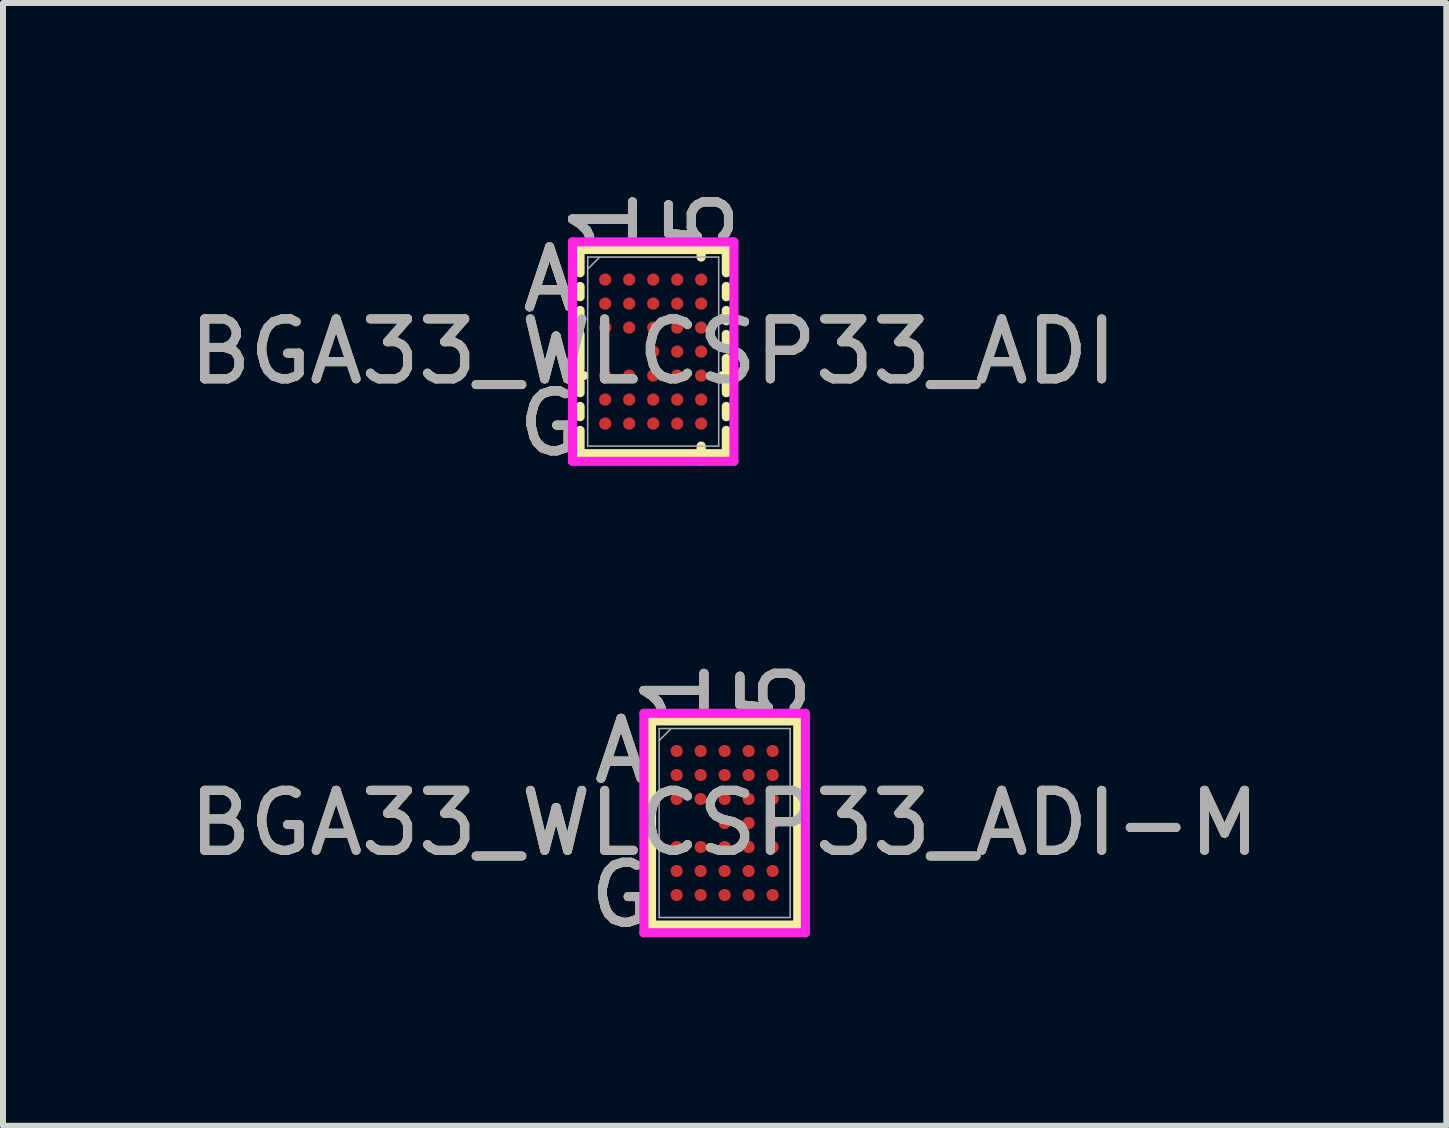
<source format=kicad_pcb>
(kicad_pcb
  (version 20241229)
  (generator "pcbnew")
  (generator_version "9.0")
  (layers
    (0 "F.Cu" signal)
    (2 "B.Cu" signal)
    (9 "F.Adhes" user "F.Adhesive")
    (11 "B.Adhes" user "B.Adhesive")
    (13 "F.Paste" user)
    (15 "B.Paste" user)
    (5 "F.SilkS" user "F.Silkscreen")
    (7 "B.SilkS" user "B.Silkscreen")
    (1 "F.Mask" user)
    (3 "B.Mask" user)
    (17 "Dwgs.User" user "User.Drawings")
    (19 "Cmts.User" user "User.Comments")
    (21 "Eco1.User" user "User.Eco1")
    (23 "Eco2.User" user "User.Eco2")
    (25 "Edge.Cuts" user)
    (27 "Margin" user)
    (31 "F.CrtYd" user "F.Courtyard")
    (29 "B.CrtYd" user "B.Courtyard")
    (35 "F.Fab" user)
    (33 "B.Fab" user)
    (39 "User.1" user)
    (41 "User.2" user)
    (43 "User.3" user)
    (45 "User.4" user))
  (footprint "BGA33_WLCSP33_ADI-M"
    (layer "F.Cu")
    (at 9.03 10.67)
    (property "Reference" "BGA33_WLCSP33_ADI-M" (at 0 0 0) (unlocked yes) (layer "F.SilkS") (effects (font (size 1 1) (thickness 0.15))))
    (attr smd)
    (fp_line (start -1.219 -1.702) (end -1.219 1.702) (stroke (width 0.152) (type solid)) (layer "F.SilkS"))
    (fp_line (start -1.219 1.702) (end 1.219 1.702) (stroke (width 0.152) (type solid)) (layer "F.SilkS"))
    (fp_line (start 1.219 -1.702) (end -1.219 -1.702) (stroke (width 0.152) (type solid)) (layer "F.SilkS"))
    (fp_line (start 1.219 1.702) (end 1.219 -1.702) (stroke (width 0.152) (type solid)) (layer "F.SilkS"))
    (fp_poly (pts (xy -1.444 -1.845) (xy 1.444 -1.845) (xy 1.444 1.845) (xy -1.444 1.845)) (stroke (width 0.1) (type solid)) (fill no) (layer "Eco2.User"))
    (fp_line (start -1.346 -1.829) (end 1.346 -1.829) (stroke (width 0.152) (type solid)) (layer "F.CrtYd"))
    (fp_line (start -1.346 1.829) (end -1.346 -1.829) (stroke (width 0.152) (type solid)) (layer "F.CrtYd"))
    (fp_line (start 1.346 -1.829) (end 1.346 1.829) (stroke (width 0.152) (type solid)) (layer "F.CrtYd"))
    (fp_line (start 1.346 1.829) (end -1.346 1.829) (stroke (width 0.152) (type solid)) (layer "F.CrtYd"))
    (fp_line (start -1.092 -1.575) (end -1.092 1.575) (stroke (width 0.025) (type solid)) (layer "F.Fab"))
    (fp_line (start -1.092 1.575) (end 1.092 1.575) (stroke (width 0.025) (type solid)) (layer "F.Fab"))
    (fp_line (start -0.892 -1.575) (end -1.092 -1.375) (stroke (width 0.025) (type solid)) (layer "F.Fab"))
    (fp_line (start 1.092 -1.575) (end -1.092 -1.575) (stroke (width 0.025) (type solid)) (layer "F.Fab"))
    (fp_line (start 1.092 1.575) (end 1.092 -1.575) (stroke (width 0.025) (type solid)) (layer "F.Fab"))
    (fp_text user "G" (at -1.727 1.2 0) (unlocked yes) (layer "F.SilkS") (effects (font (size 1 1) (thickness 0.15))))
    (fp_text user "1" (at -0.8 -2.21 90) (unlocked yes) (layer "F.SilkS") (effects (font (size 1 1) (thickness 0.15))))
    (fp_text user "5" (at 0.8 -2.21 90) (unlocked yes) (layer "F.SilkS") (effects (font (size 1 1) (thickness 0.15))))
    (fp_text user "A" (at -1.727 -1.2 0) (unlocked yes) (layer "F.SilkS") (effects (font (size 1 1) (thickness 0.15))))
    (fp_text user "5" (at 0.8 -2.21 90) (unlocked yes) (layer "B.SilkS") (effects (font (size 1 1) (thickness 0.15))))
    (fp_text user "G" (at -1.727 1.2 0) (unlocked yes) (layer "B.SilkS") (effects (font (size 1 1) (thickness 0.15))))
    (fp_text user "A" (at -1.727 -1.2 0) (unlocked yes) (layer "B.SilkS") (effects (font (size 1 1) (thickness 0.15))))
    (fp_text user "1" (at -0.8 -2.21 90) (unlocked yes) (layer "B.SilkS") (effects (font (size 1 1) (thickness 0.15))))
    (fp_text user "${REFERENCE}" (at 0 0 0) (unlocked yes) (layer "F.Fab") (effects (font (size 1 1) (thickness 0.15))))
    (fp_text user "1" (at -0.8 -2.21 90) (unlocked yes) (layer "F.Fab") (effects (font (size 1 1) (thickness 0.15))))
    (fp_text user "5" (at 0.8 -2.21 90) (unlocked yes) (layer "F.Fab") (effects (font (size 1 1) (thickness 0.15))))
    (fp_text user "G" (at -1.727 1.2 0) (unlocked yes) (layer "F.Fab") (effects (font (size 1 1) (thickness 0.15))))
    (fp_text user "A" (at -1.727 -1.2 0) (unlocked yes) (layer "F.Fab") (effects (font (size 1 1) (thickness 0.15))))
    (pad "A1" smd circle (at -0.8 -1.2) (size 0.203 0.203) (layers "F.Cu" "F.Mask" "F.Paste"))
    (pad "A2" smd circle (at -0.4 -1.2) (size 0.203 0.203) (layers "F.Cu" "F.Mask" "F.Paste"))
    (pad "A3" smd circle (at 0 -1.2) (size 0.203 0.203) (layers "F.Cu" "F.Mask" "F.Paste"))
    (pad "A4" smd circle (at 0.4 -1.2) (size 0.203 0.203) (layers "F.Cu" "F.Mask" "F.Paste"))
    (pad "A5" smd circle (at 0.8 -1.2) (size 0.203 0.203) (layers "F.Cu" "F.Mask" "F.Paste"))
    (pad "B1" smd circle (at -0.8 -0.8) (size 0.203 0.203) (layers "F.Cu" "F.Mask" "F.Paste"))
    (pad "B2" smd circle (at -0.4 -0.8) (size 0.203 0.203) (layers "F.Cu" "F.Mask" "F.Paste"))
    (pad "B3" smd circle (at 0 -0.8) (size 0.203 0.203) (layers "F.Cu" "F.Mask" "F.Paste"))
    (pad "B4" smd circle (at 0.4 -0.8) (size 0.203 0.203) (layers "F.Cu" "F.Mask" "F.Paste"))
    (pad "B5" smd circle (at 0.8 -0.8) (size 0.203 0.203) (layers "F.Cu" "F.Mask" "F.Paste"))
    (pad "C1" smd circle (at -0.8 -0.4) (size 0.203 0.203) (layers "F.Cu" "F.Mask" "F.Paste"))
    (pad "C2" smd circle (at -0.4 -0.4) (size 0.203 0.203) (layers "F.Cu" "F.Mask" "F.Paste"))
    (pad "C3" smd circle (at 0 -0.4) (size 0.203 0.203) (layers "F.Cu" "F.Mask" "F.Paste"))
    (pad "C4" smd circle (at 0.4 -0.4) (size 0.203 0.203) (layers "F.Cu" "F.Mask" "F.Paste"))
    (pad "C5" smd circle (at 0.8 -0.4) (size 0.203 0.203) (layers "F.Cu" "F.Mask" "F.Paste"))
    (pad "D3" smd circle (at 0 0) (size 0.203 0.203) (layers "F.Cu" "F.Mask" "F.Paste"))
    (pad "D4" smd circle (at 0.4 0) (size 0.203 0.203) (layers "F.Cu" "F.Mask" "F.Paste"))
    (pad "D5" smd circle (at 0.8 0) (size 0.203 0.203) (layers "F.Cu" "F.Mask" "F.Paste"))
    (pad "E1" smd circle (at -0.8 0.4) (size 0.203 0.203) (layers "F.Cu" "F.Mask" "F.Paste"))
    (pad "E2" smd circle (at -0.4 0.4) (size 0.203 0.203) (layers "F.Cu" "F.Mask" "F.Paste"))
    (pad "E3" smd circle (at 0 0.4) (size 0.203 0.203) (layers "F.Cu" "F.Mask" "F.Paste"))
    (pad "E4" smd circle (at 0.4 0.4) (size 0.203 0.203) (layers "F.Cu" "F.Mask" "F.Paste"))
    (pad "E5" smd circle (at 0.8 0.4) (size 0.203 0.203) (layers "F.Cu" "F.Mask" "F.Paste"))
    (pad "F1" smd circle (at -0.8 0.8) (size 0.203 0.203) (layers "F.Cu" "F.Mask" "F.Paste"))
    (pad "F2" smd circle (at -0.4 0.8) (size 0.203 0.203) (layers "F.Cu" "F.Mask" "F.Paste"))
    (pad "F3" smd circle (at 0 0.8) (size 0.203 0.203) (layers "F.Cu" "F.Mask" "F.Paste"))
    (pad "F4" smd circle (at 0.4 0.8) (size 0.203 0.203) (layers "F.Cu" "F.Mask" "F.Paste"))
    (pad "F5" smd circle (at 0.8 0.8) (size 0.203 0.203) (layers "F.Cu" "F.Mask" "F.Paste"))
    (pad "G1" smd circle (at -0.8 1.2) (size 0.203 0.203) (layers "F.Cu" "F.Mask" "F.Paste"))
    (pad "G2" smd circle (at -0.4 1.2) (size 0.203 0.203) (layers "F.Cu" "F.Mask" "F.Paste"))
    (pad "G3" smd circle (at 0 1.2) (size 0.203 0.203) (layers "F.Cu" "F.Mask" "F.Paste"))
    (pad "G4" smd circle (at 0.4 1.2) (size 0.203 0.203) (layers "F.Cu" "F.Mask" "F.Paste"))
    (pad "G5" smd circle (at 0.8 1.2) (size 0.203 0.203) (layers "F.Cu" "F.Mask" "F.Paste")))
  (footprint "BGA33_WLCSP33_ADI"
    (layer "F.Cu")
    (at 7.839 2.811)
    (property "Reference" "BGA33_WLCSP33_ADI" (at 0 0 0) (unlocked yes) (layer "F.SilkS") (effects (font (size 1 1) (thickness 0.15))))
    (attr smd)
    (fp_line (start -1.219 -1.702) (end -1.219 -1.314) (stroke (width 0.152) (type solid)) (layer "F.SilkS"))
    (fp_line (start -1.219 -1.086) (end -1.219 -0.914) (stroke (width 0.152) (type solid)) (layer "F.SilkS"))
    (fp_line (start -1.219 -0.686) (end -1.219 -0.514) (stroke (width 0.152) (type solid)) (layer "F.SilkS"))
    (fp_line (start -1.219 -0.286) (end -1.219 0.286) (stroke (width 0.152) (type solid)) (layer "F.SilkS"))
    (fp_line (start -1.219 0.514) (end -1.219 0.686) (stroke (width 0.152) (type solid)) (layer "F.SilkS"))
    (fp_line (start -1.219 0.914) (end -1.219 1.086) (stroke (width 0.152) (type solid)) (layer "F.SilkS"))
    (fp_line (start -1.219 1.314) (end -1.219 1.702) (stroke (width 0.152) (type solid)) (layer "F.SilkS"))
    (fp_line (start -1.219 1.702) (end 1.219 1.702) (stroke (width 0.152) (type solid)) (layer "F.SilkS"))
    (fp_line (start -1.158 0.4) (end -1.346 0.4) (stroke (width 0.152) (type solid)) (layer "F.SilkS"))
    (fp_line (start 0.8 -1.575) (end 0.8 -1.829) (stroke (width 0.152) (type solid)) (layer "F.SilkS"))
    (fp_line (start 0.8 1.575) (end 0.8 1.829) (stroke (width 0.152) (type solid)) (layer "F.SilkS"))
    (fp_line (start 1.158 0.4) (end 1.346 0.4) (stroke (width 0.152) (type solid)) (layer "F.SilkS"))
    (fp_line (start 1.219 -1.702) (end -1.219 -1.702) (stroke (width 0.152) (type solid)) (layer "F.SilkS"))
    (fp_line (start 1.219 -1.314) (end 1.219 -1.702) (stroke (width 0.152) (type solid)) (layer "F.SilkS"))
    (fp_line (start 1.219 -0.914) (end 1.219 -1.086) (stroke (width 0.152) (type solid)) (layer "F.SilkS"))
    (fp_line (start 1.219 -0.514) (end 1.219 -0.686) (stroke (width 0.152) (type solid)) (layer "F.SilkS"))
    (fp_line (start 1.219 -0.114) (end 1.219 -0.286) (stroke (width 0.152) (type solid)) (layer "F.SilkS"))
    (fp_line (start 1.219 0.286) (end 1.219 0.114) (stroke (width 0.152) (type solid)) (layer "F.SilkS"))
    (fp_line (start 1.219 0.686) (end 1.219 0.514) (stroke (width 0.152) (type solid)) (layer "F.SilkS"))
    (fp_line (start 1.219 1.086) (end 1.219 0.914) (stroke (width 0.152) (type solid)) (layer "F.SilkS"))
    (fp_line (start 1.219 1.702) (end 1.219 1.314) (stroke (width 0.152) (type solid)) (layer "F.SilkS"))
    (fp_poly (pts (xy -1.444 -1.845) (xy 1.444 -1.845) (xy 1.444 1.845) (xy -1.444 1.845)) (stroke (width 0.1) (type solid)) (fill no) (layer "Eco2.User"))
    (fp_line (start -1.346 -1.829) (end 1.346 -1.829) (stroke (width 0.152) (type solid)) (layer "F.CrtYd"))
    (fp_line (start -1.346 1.829) (end -1.346 -1.829) (stroke (width 0.152) (type solid)) (layer "F.CrtYd"))
    (fp_line (start 1.346 -1.829) (end 1.346 1.829) (stroke (width 0.152) (type solid)) (layer "F.CrtYd"))
    (fp_line (start 1.346 1.829) (end -1.346 1.829) (stroke (width 0.152) (type solid)) (layer "F.CrtYd"))
    (fp_line (start -1.092 -1.575) (end -1.092 1.575) (stroke (width 0.025) (type solid)) (layer "F.Fab"))
    (fp_line (start -1.092 1.575) (end 1.092 1.575) (stroke (width 0.025) (type solid)) (layer "F.Fab"))
    (fp_line (start -0.892 -1.575) (end -1.092 -1.375) (stroke (width 0.025) (type solid)) (layer "F.Fab"))
    (fp_line (start 1.092 -1.575) (end -1.092 -1.575) (stroke (width 0.025) (type solid)) (layer "F.Fab"))
    (fp_line (start 1.092 1.575) (end 1.092 -1.575) (stroke (width 0.025) (type solid)) (layer "F.Fab"))
    (fp_text user "A" (at -1.727 -1.2 0) (unlocked yes) (layer "F.SilkS") (effects (font (size 1 1) (thickness 0.15))))
    (fp_text user "1" (at -0.8 -2.21 90) (unlocked yes) (layer "F.SilkS") (effects (font (size 1 1) (thickness 0.15))))
    (fp_text user "G" (at -1.727 1.2 0) (unlocked yes) (layer "F.SilkS") (effects (font (size 1 1) (thickness 0.15))))
    (fp_text user "5" (at 0.8 -2.21 90) (unlocked yes) (layer "F.SilkS") (effects (font (size 1 1) (thickness 0.15))))
    (fp_text user "G" (at -1.727 1.2 0) (unlocked yes) (layer "B.SilkS") (effects (font (size 1 1) (thickness 0.15))))
    (fp_text user "A" (at -1.727 -1.2 0) (unlocked yes) (layer "B.SilkS") (effects (font (size 1 1) (thickness 0.15))))
    (fp_text user "5" (at 0.8 -2.21 90) (unlocked yes) (layer "B.SilkS") (effects (font (size 1 1) (thickness 0.15))))
    (fp_text user "1" (at -0.8 -2.21 90) (unlocked yes) (layer "B.SilkS") (effects (font (size 1 1) (thickness 0.15))))
    (fp_text user "A" (at -1.727 -1.2 0) (unlocked yes) (layer "F.Fab") (effects (font (size 1 1) (thickness 0.15))))
    (fp_text user "5" (at 0.8 -2.21 90) (unlocked yes) (layer "F.Fab") (effects (font (size 1 1) (thickness 0.15))))
    (fp_text user "${REFERENCE}" (at 0 0 0) (unlocked yes) (layer "F.Fab") (effects (font (size 1 1) (thickness 0.15))))
    (fp_text user "G" (at -1.727 1.2 0) (unlocked yes) (layer "F.Fab") (effects (font (size 1 1) (thickness 0.15))))
    (fp_text user "1" (at -0.8 -2.21 90) (unlocked yes) (layer "F.Fab") (effects (font (size 1 1) (thickness 0.15))))
    (pad "A1" smd circle (at -0.8 -1.2) (size 0.203 0.203) (layers "F.Cu" "F.Mask" "F.Paste"))
    (pad "A2" smd circle (at -0.4 -1.2) (size 0.203 0.203) (layers "F.Cu" "F.Mask" "F.Paste"))
    (pad "A3" smd circle (at 0 -1.2) (size 0.203 0.203) (layers "F.Cu" "F.Mask" "F.Paste"))
    (pad "A4" smd circle (at 0.4 -1.2) (size 0.203 0.203) (layers "F.Cu" "F.Mask" "F.Paste"))
    (pad "A5" smd circle (at 0.8 -1.2) (size 0.203 0.203) (layers "F.Cu" "F.Mask" "F.Paste"))
    (pad "B1" smd circle (at -0.8 -0.8) (size 0.203 0.203) (layers "F.Cu" "F.Mask" "F.Paste"))
    (pad "B2" smd circle (at -0.4 -0.8) (size 0.203 0.203) (layers "F.Cu" "F.Mask" "F.Paste"))
    (pad "B3" smd circle (at 0 -0.8) (size 0.203 0.203) (layers "F.Cu" "F.Mask" "F.Paste"))
    (pad "B4" smd circle (at 0.4 -0.8) (size 0.203 0.203) (layers "F.Cu" "F.Mask" "F.Paste"))
    (pad "B5" smd circle (at 0.8 -0.8) (size 0.203 0.203) (layers "F.Cu" "F.Mask" "F.Paste"))
    (pad "C1" smd circle (at -0.8 -0.4) (size 0.203 0.203) (layers "F.Cu" "F.Mask" "F.Paste"))
    (pad "C2" smd circle (at -0.4 -0.4) (size 0.203 0.203) (layers "F.Cu" "F.Mask" "F.Paste"))
    (pad "C3" smd circle (at 0 -0.4) (size 0.203 0.203) (layers "F.Cu" "F.Mask" "F.Paste"))
    (pad "C4" smd circle (at 0.4 -0.4) (size 0.203 0.203) (layers "F.Cu" "F.Mask" "F.Paste"))
    (pad "C5" smd circle (at 0.8 -0.4) (size 0.203 0.203) (layers "F.Cu" "F.Mask" "F.Paste"))
    (pad "D3" smd circle (at 0 0) (size 0.203 0.203) (layers "F.Cu" "F.Mask" "F.Paste"))
    (pad "D4" smd circle (at 0.4 0) (size 0.203 0.203) (layers "F.Cu" "F.Mask" "F.Paste"))
    (pad "D5" smd circle (at 0.8 0) (size 0.203 0.203) (layers "F.Cu" "F.Mask" "F.Paste"))
    (pad "E1" smd circle (at -0.8 0.4) (size 0.203 0.203) (layers "F.Cu" "F.Mask" "F.Paste"))
    (pad "E2" smd circle (at -0.4 0.4) (size 0.203 0.203) (layers "F.Cu" "F.Mask" "F.Paste"))
    (pad "E3" smd circle (at 0 0.4) (size 0.203 0.203) (layers "F.Cu" "F.Mask" "F.Paste"))
    (pad "E4" smd circle (at 0.4 0.4) (size 0.203 0.203) (layers "F.Cu" "F.Mask" "F.Paste"))
    (pad "E5" smd circle (at 0.8 0.4) (size 0.203 0.203) (layers "F.Cu" "F.Mask" "F.Paste"))
    (pad "F1" smd circle (at -0.8 0.8) (size 0.203 0.203) (layers "F.Cu" "F.Mask" "F.Paste"))
    (pad "F2" smd circle (at -0.4 0.8) (size 0.203 0.203) (layers "F.Cu" "F.Mask" "F.Paste"))
    (pad "F3" smd circle (at 0 0.8) (size 0.203 0.203) (layers "F.Cu" "F.Mask" "F.Paste"))
    (pad "F4" smd circle (at 0.4 0.8) (size 0.203 0.203) (layers "F.Cu" "F.Mask" "F.Paste"))
    (pad "F5" smd circle (at 0.8 0.8) (size 0.203 0.203) (layers "F.Cu" "F.Mask" "F.Paste"))
    (pad "G1" smd circle (at -0.8 1.2) (size 0.203 0.203) (layers "F.Cu" "F.Mask" "F.Paste"))
    (pad "G2" smd circle (at -0.4 1.2) (size 0.203 0.203) (layers "F.Cu" "F.Mask" "F.Paste"))
    (pad "G3" smd circle (at 0 1.2) (size 0.203 0.203) (layers "F.Cu" "F.Mask" "F.Paste"))
    (pad "G4" smd circle (at 0.4 1.2) (size 0.203 0.203) (layers "F.Cu" "F.Mask" "F.Paste"))
    (pad "G5" smd circle (at 0.8 1.2) (size 0.203 0.203) (layers "F.Cu" "F.Mask" "F.Paste")))
  (gr_rect
    (start -3 -3)
    (end 21.06 15.718)
    (stroke (width 0.1) (type default))
    (fill no)
    (layer "Edge.Cuts")))
</source>
